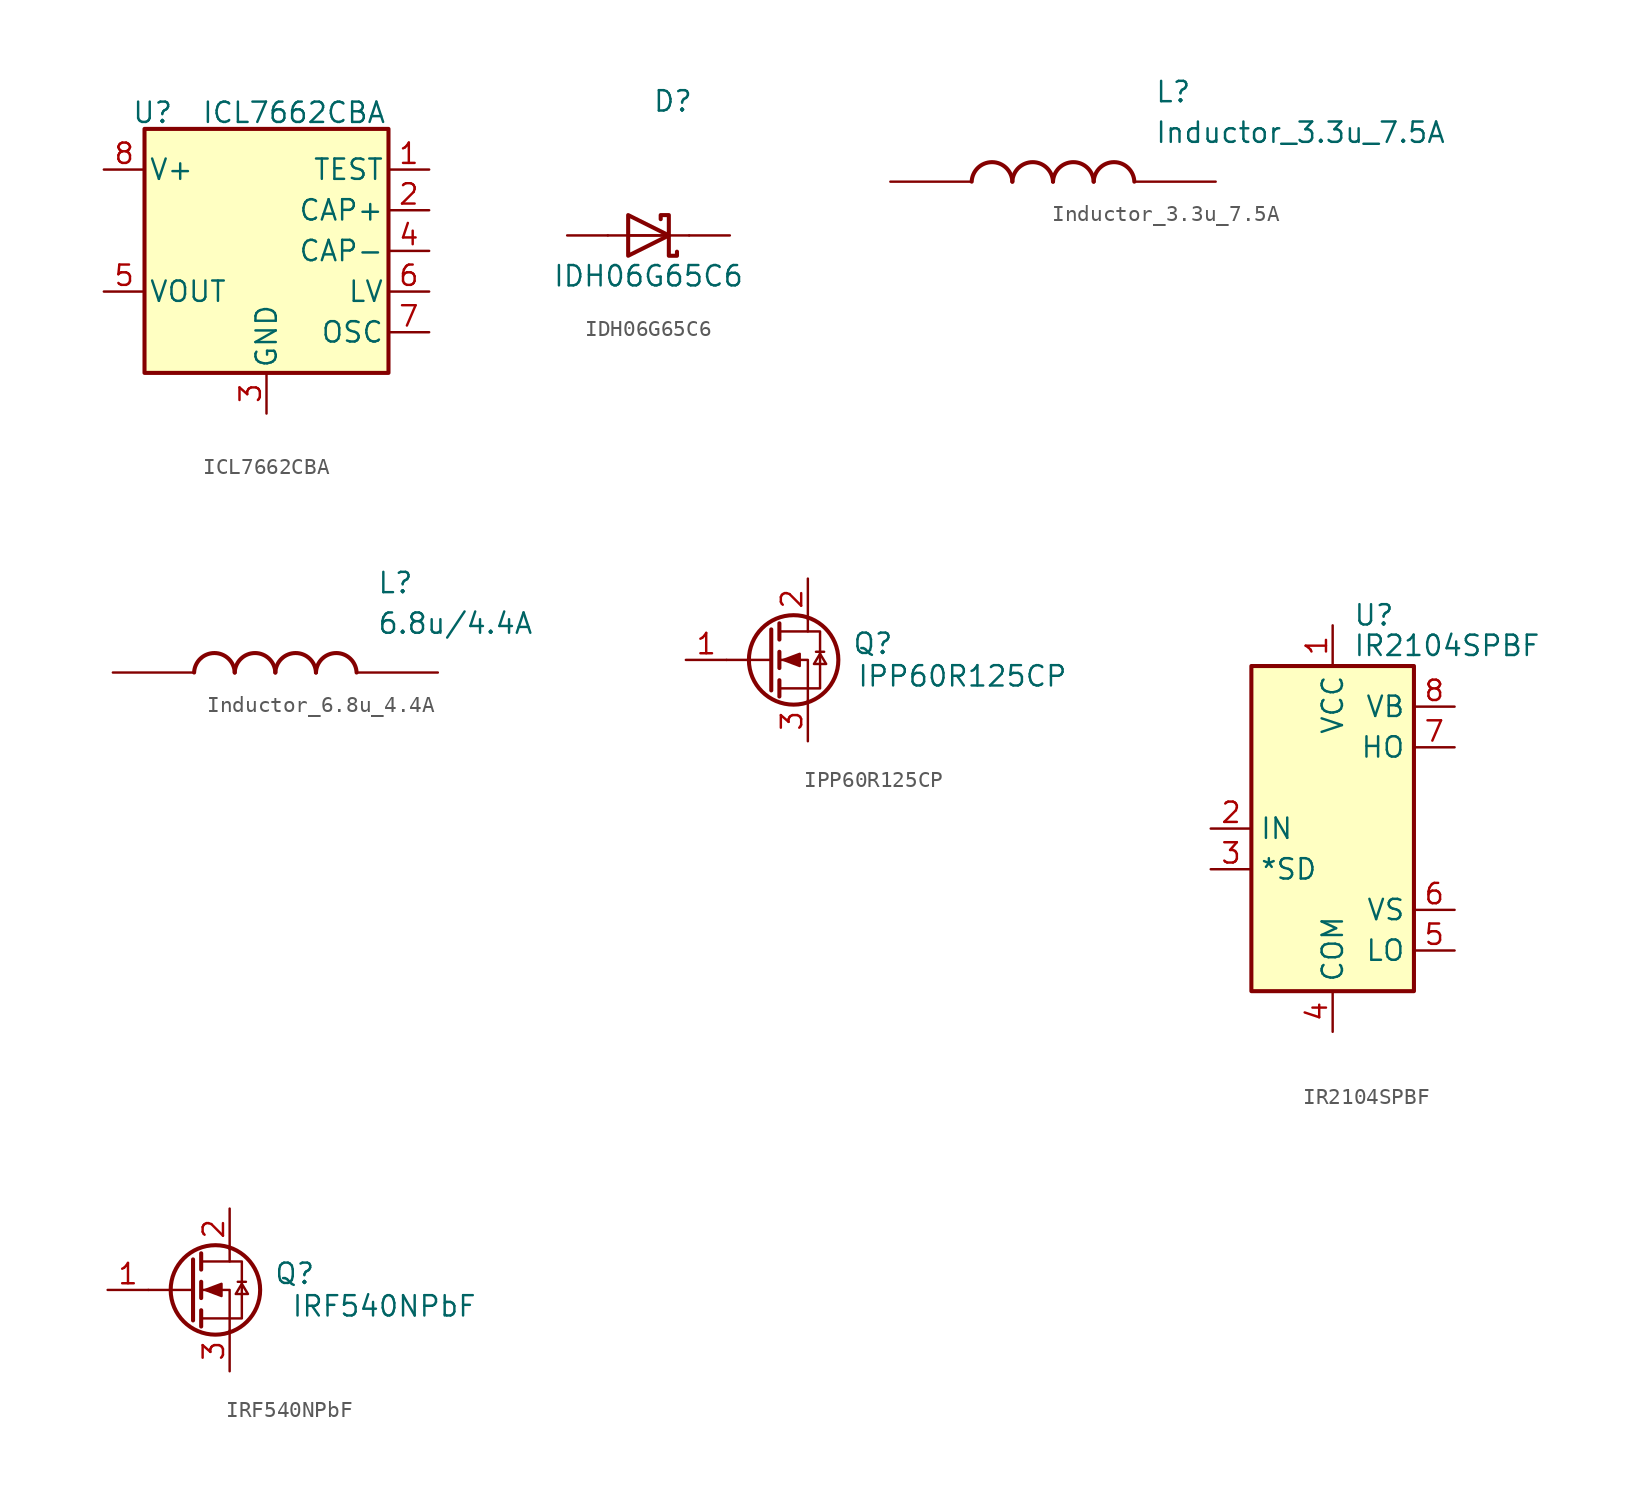
<source format=kicad_sym>
(kicad_symbol_lib
  (version 20231120)
  (generator "kicad_symbol_editor")
  (generator_version "8.0")
  (symbol "ICL7662CBA"
    (pin_names
      (offset 0.254))
    (property "Reference" "U"
      (at 0.508 16.256 0)
      (effects (font (size 1.27 1.27))))
    (property "Value" "ICL7662CBA"
      (at 3.556 16.256 0)
      (effects (font (size 1.27 1.27)) (justify left)))
    (symbol "ICL7662CBA_0_1"
      (rectangle (start 0 15.24) (end 15.24 0) (stroke (width 0.254) (type default)) (fill (type background))))
    (symbol "ICL7662CBA_1_1"
      (pin unspecified line (at 17.78 12.7 180) (length 2.54) (name "TEST" (effects (font (size 1.27 1.27)))) (number "1" (effects (font (size 1.27 1.27)))))
      (pin unspecified line (at 17.78 10.16 180) (length 2.54) (name "CAP+" (effects (font (size 1.27 1.27)))) (number "2" (effects (font (size 1.27 1.27)))))
      (pin unspecified line (at 7.62 -2.54 90) (length 2.54) (name "GND" (effects (font (size 1.27 1.27)))) (number "3" (effects (font (size 1.27 1.27)))))
      (pin unspecified line (at 17.78 7.62 180) (length 2.54) (name "CAP-" (effects (font (size 1.27 1.27)))) (number "4" (effects (font (size 1.27 1.27)))))
      (pin power_out line (at -2.54 5.08 0) (length 2.54) (name "VOUT" (effects (font (size 1.27 1.27)))) (number "5" (effects (font (size 1.27 1.27)))))
      (pin unspecified line (at 17.78 5.08 180) (length 2.54) (name "LV" (effects (font (size 1.27 1.27)))) (number "6" (effects (font (size 1.27 1.27)))))
      (pin unspecified line (at 17.78 2.54 180) (length 2.54) (name "OSC" (effects (font (size 1.27 1.27)))) (number "7" (effects (font (size 1.27 1.27)))))
      (pin power_in line (at -2.54 12.7 0) (length 2.54) (name "V+" (effects (font (size 1.27 1.27)))) (number "8" (effects (font (size 1.27 1.27)))))))
  (symbol "IDH06G65C6"
    (pin_numbers hide)
    (pin_names hide)
    (property "Reference" "D"
      (at 1.524 8.382 0)
      (effects (font (size 1.27 1.27))))
    (property "Value" "IDH06G65C6"
      (at 0 -2.54 0)
      (effects (font (size 1.27 1.27))))
    (symbol "IDH06G65C6_0_1"
      (polyline (pts (xy 1.27 0) (xy -1.27 0)) (stroke (width 0) (type default)) (fill (type none)))
      (polyline (pts (xy -2.54 0) (xy -1.27 0) (xy 2.54 0)) (stroke (width 0) (type default)) (fill (type none)))
      (polyline (pts (xy -1.27 1.27) (xy 1.27 0) (xy -1.27 -1.27) (xy -1.27 1.27) (xy -1.27 1.27) (xy -1.27 1.27)) (stroke (width 0.254) (type default)) (fill (type none)))
      (polyline (pts (xy 0.762 1.016) (xy 0.762 1.27) (xy 1.27 1.27) (xy 1.27 -1.27) (xy 1.778 -1.27) (xy 1.778 -1.016)) (stroke (width 0.254) (type default)) (fill (type none))))
    (symbol "IDH06G65C6_1_1"
      (pin passive line (at 5.08 0 180) (length 2.54) (name "K" (effects (font (size 1.27 1.27)))) (number "1" (effects (font (size 1.27 1.27)))))
      (pin passive line (at -5.08 0 0) (length 2.54) (name "A" (effects (font (size 1.27 1.27)))) (number "2" (effects (font (size 1.27 1.27)))))))
  (symbol "Inductor_3.3u_7.5A"
    (pin_numbers hide)
    (pin_names hide)
    (property "Reference" "L"
      (at 16.51 6.35 0)
      (effects (font (size 1.27 1.27)) (justify left top)))
    (property "Value" "Inductor_3.3u_7.5A"
      (at 16.51 3.81 0)
      (effects (font (size 1.27 1.27)) (justify left top)))
    (symbol "Inductor_3.3u_7.5A_1_1"
      (arc (start 7.62 0) (mid 6.35 1.219) (end 5.08 0) (stroke (width 0.254) (type default)) (fill (type none)))
      (arc (start 10.16 0) (mid 8.89 1.219) (end 7.62 0) (stroke (width 0.254) (type default)) (fill (type none)))
      (arc (start 12.7 0) (mid 11.43 1.219) (end 10.16 0) (stroke (width 0.254) (type default)) (fill (type none)))
      (arc (start 15.24 0) (mid 13.97 1.219) (end 12.7 0) (stroke (width 0.254) (type default)) (fill (type none)))
      (pin passive line (at 0 0 0) (length 5.08) (name "1" (effects (font (size 1.27 1.27)))) (number "1" (effects (font (size 1.27 1.27)))))
      (pin passive line (at 20.32 0 180) (length 5.08) (name "2" (effects (font (size 1.27 1.27)))) (number "2" (effects (font (size 1.27 1.27)))))))
  (symbol "Inductor_6.8u_4.4A"
    (pin_numbers hide)
    (pin_names hide)
    (property "Reference" "L"
      (at 16.51 6.35 0)
      (effects (font (size 1.27 1.27)) (justify left top)))
    (property "Value" "6.8u/4.4A"
      (at 16.51 3.81 0)
      (effects (font (size 1.27 1.27)) (justify left top)))
    (symbol "Inductor_6.8u_4.4A_1_1"
      (arc (start 7.62 0) (mid 6.35 1.219) (end 5.08 0) (stroke (width 0.254) (type default)) (fill (type none)))
      (arc (start 10.16 0) (mid 8.89 1.219) (end 7.62 0) (stroke (width 0.254) (type default)) (fill (type none)))
      (arc (start 12.7 0) (mid 11.43 1.219) (end 10.16 0) (stroke (width 0.254) (type default)) (fill (type none)))
      (arc (start 15.24 0) (mid 13.97 1.219) (end 12.7 0) (stroke (width 0.254) (type default)) (fill (type none)))
      (pin passive line (at 0 0 0) (length 5.08) (name "1" (effects (font (size 1.27 1.27)))) (number "1" (effects (font (size 1.27 1.27)))))
      (pin passive line (at 20.32 0 180) (length 5.08) (name "2" (effects (font (size 1.27 1.27)))) (number "2" (effects (font (size 1.27 1.27)))))))
  (symbol "IPP60R125CP"
    (pin_names hide)
    (property "Reference" "Q"
      (at 11.684 1.016 0)
      (effects (font (size 1.27 1.27))))
    (property "Value" "IPP60R125CP"
      (at 17.272 -1.016 0)
      (effects (font (size 1.27 1.27))))
    (symbol "IPP60R125CP_0_1"
      (polyline (pts (xy 5.334 0) (xy 2.54 0)) (stroke (width 0) (type default)) (fill (type none)))
      (polyline (pts (xy 5.334 1.905) (xy 5.334 -1.905)) (stroke (width 0.254) (type default)) (fill (type none)))
      (polyline (pts (xy 5.842 -1.27) (xy 5.842 -2.286)) (stroke (width 0.254) (type default)) (fill (type none)))
      (polyline (pts (xy 5.842 0.508) (xy 5.842 -0.508)) (stroke (width 0.254) (type default)) (fill (type none)))
      (polyline (pts (xy 5.842 2.286) (xy 5.842 1.27)) (stroke (width 0.254) (type default)) (fill (type none)))
      (polyline (pts (xy 7.62 2.54) (xy 7.62 1.778)) (stroke (width 0) (type default)) (fill (type none)))
      (polyline (pts (xy 8.636 0.508) (xy 8.128 0.508)) (stroke (width 0) (type default)) (fill (type none)))
      (polyline (pts (xy 7.62 -2.54) (xy 7.62 0) (xy 5.842 0)) (stroke (width 0) (type default)) (fill (type none)))
      (polyline (pts (xy 5.842 -1.778) (xy 8.382 -1.778) (xy 8.382 1.778) (xy 5.842 1.778)) (stroke (width 0) (type default)) (fill (type none)))
      (polyline (pts (xy 6.096 0) (xy 7.112 0.381) (xy 7.112 -0.381) (xy 6.096 0)) (stroke (width 0) (type default)) (fill (type outline)))
      (polyline (pts (xy 8.382 0.381) (xy 8.001 -0.254) (xy 8.763 -0.254) (xy 8.382 0.381)) (stroke (width 0) (type default)) (fill (type none)))
      (circle (center 6.731 0) (radius 2.794) (stroke (width 0.254) (type default)) (fill (type none))))
    (symbol "IPP60R125CP_1_1"
      (pin input line (at 0 0 0) (length 2.54) (name "G" (effects (font (size 1.27 1.27)))) (number "1" (effects (font (size 1.27 1.27)))))
      (pin passive line (at 7.62 5.08 270) (length 2.54) (name "D" (effects (font (size 1.27 1.27)))) (number "2" (effects (font (size 1.27 1.27)))))
      (pin passive line (at 7.62 -5.08 90) (length 2.54) (name "S" (effects (font (size 1.27 1.27)))) (number "3" (effects (font (size 1.27 1.27)))))))
  (symbol "IR2104SPBF "
    (property "Reference" "U"
      (at 6.35 23.495 0)
      (effects (font (size 1.27 1.27)) (justify left)))
    (property "Value" "IR2104SPBF "
      (at 6.35 21.59 0)
      (effects (font (size 1.27 1.27)) (justify left)))
    (symbol "IR2104SPBF _0_1"
      (rectangle (start 0 0) (end 10.16 20.32) (stroke (width 0.254) (type default)) (fill (type background))))
    (symbol "IR2104SPBF _1_1"
      (pin power_in line (at 5.08 22.86 270) (length 2.54) (name "VCC" (effects (font (size 1.27 1.27)))) (number "1" (effects (font (size 1.27 1.27)))))
      (pin input line (at -2.54 10.16 0) (length 2.54) (name "IN" (effects (font (size 1.27 1.27)))) (number "2" (effects (font (size 1.27 1.27)))))
      (pin input line (at -2.54 7.62 0) (length 2.54) (name "*SD" (effects (font (size 1.27 1.27)))) (number "3" (effects (font (size 1.27 1.27)))))
      (pin power_in line (at 5.08 -2.54 90) (length 2.54) (name "COM" (effects (font (size 1.27 1.27)))) (number "4" (effects (font (size 1.27 1.27)))))
      (pin output line (at 12.7 2.54 180) (length 2.54) (name "LO" (effects (font (size 1.27 1.27)))) (number "5" (effects (font (size 1.27 1.27)))))
      (pin passive line (at 12.7 5.08 180) (length 2.54) (name "VS" (effects (font (size 1.27 1.27)))) (number "6" (effects (font (size 1.27 1.27)))))
      (pin output line (at 12.7 15.24 180) (length 2.54) (name "HO" (effects (font (size 1.27 1.27)))) (number "7" (effects (font (size 1.27 1.27)))))
      (pin passive line (at 12.7 17.78 180) (length 2.54) (name "VB" (effects (font (size 1.27 1.27)))) (number "8" (effects (font (size 1.27 1.27)))))))
  (symbol "IRF540NPbF"
    (pin_names hide)
    (property "Reference" "Q"
      (at 11.684 1.016 0)
      (effects (font (size 1.27 1.27))))
    (property "Value" "IRF540NPbF"
      (at 17.272 -1.016 0)
      (effects (font (size 1.27 1.27))))
    (symbol "IRF540NPbF_0_1"
      (polyline (pts (xy 5.334 0) (xy 2.54 0)) (stroke (width 0) (type default)) (fill (type none)))
      (polyline (pts (xy 5.334 1.905) (xy 5.334 -1.905)) (stroke (width 0.254) (type default)) (fill (type none)))
      (polyline (pts (xy 5.842 -1.27) (xy 5.842 -2.286)) (stroke (width 0.254) (type default)) (fill (type none)))
      (polyline (pts (xy 5.842 0.508) (xy 5.842 -0.508)) (stroke (width 0.254) (type default)) (fill (type none)))
      (polyline (pts (xy 5.842 2.286) (xy 5.842 1.27)) (stroke (width 0.254) (type default)) (fill (type none)))
      (polyline (pts (xy 7.62 2.54) (xy 7.62 1.778)) (stroke (width 0) (type default)) (fill (type none)))
      (polyline (pts (xy 8.636 0.508) (xy 8.128 0.508)) (stroke (width 0) (type default)) (fill (type none)))
      (polyline (pts (xy 7.62 -2.54) (xy 7.62 0) (xy 5.842 0)) (stroke (width 0) (type default)) (fill (type none)))
      (polyline (pts (xy 5.842 -1.778) (xy 8.382 -1.778) (xy 8.382 1.778) (xy 5.842 1.778)) (stroke (width 0) (type default)) (fill (type none)))
      (polyline (pts (xy 6.096 0) (xy 7.112 0.381) (xy 7.112 -0.381) (xy 6.096 0)) (stroke (width 0) (type default)) (fill (type outline)))
      (polyline (pts (xy 8.382 0.381) (xy 8.001 -0.254) (xy 8.763 -0.254) (xy 8.382 0.381)) (stroke (width 0) (type default)) (fill (type none)))
      (circle (center 6.731 0) (radius 2.794) (stroke (width 0.254) (type default)) (fill (type none))))
    (symbol "IRF540NPbF_1_1"
      (pin input line (at 0 0 0) (length 2.54) (name "G" (effects (font (size 1.27 1.27)))) (number "1" (effects (font (size 1.27 1.27)))))
      (pin passive line (at 7.62 5.08 270) (length 2.54) (name "D" (effects (font (size 1.27 1.27)))) (number "2" (effects (font (size 1.27 1.27)))))
      (pin passive line (at 7.62 -5.08 90) (length 2.54) (name "S" (effects (font (size 1.27 1.27)))) (number "3" (effects (font (size 1.27 1.27))))))))
</source>
